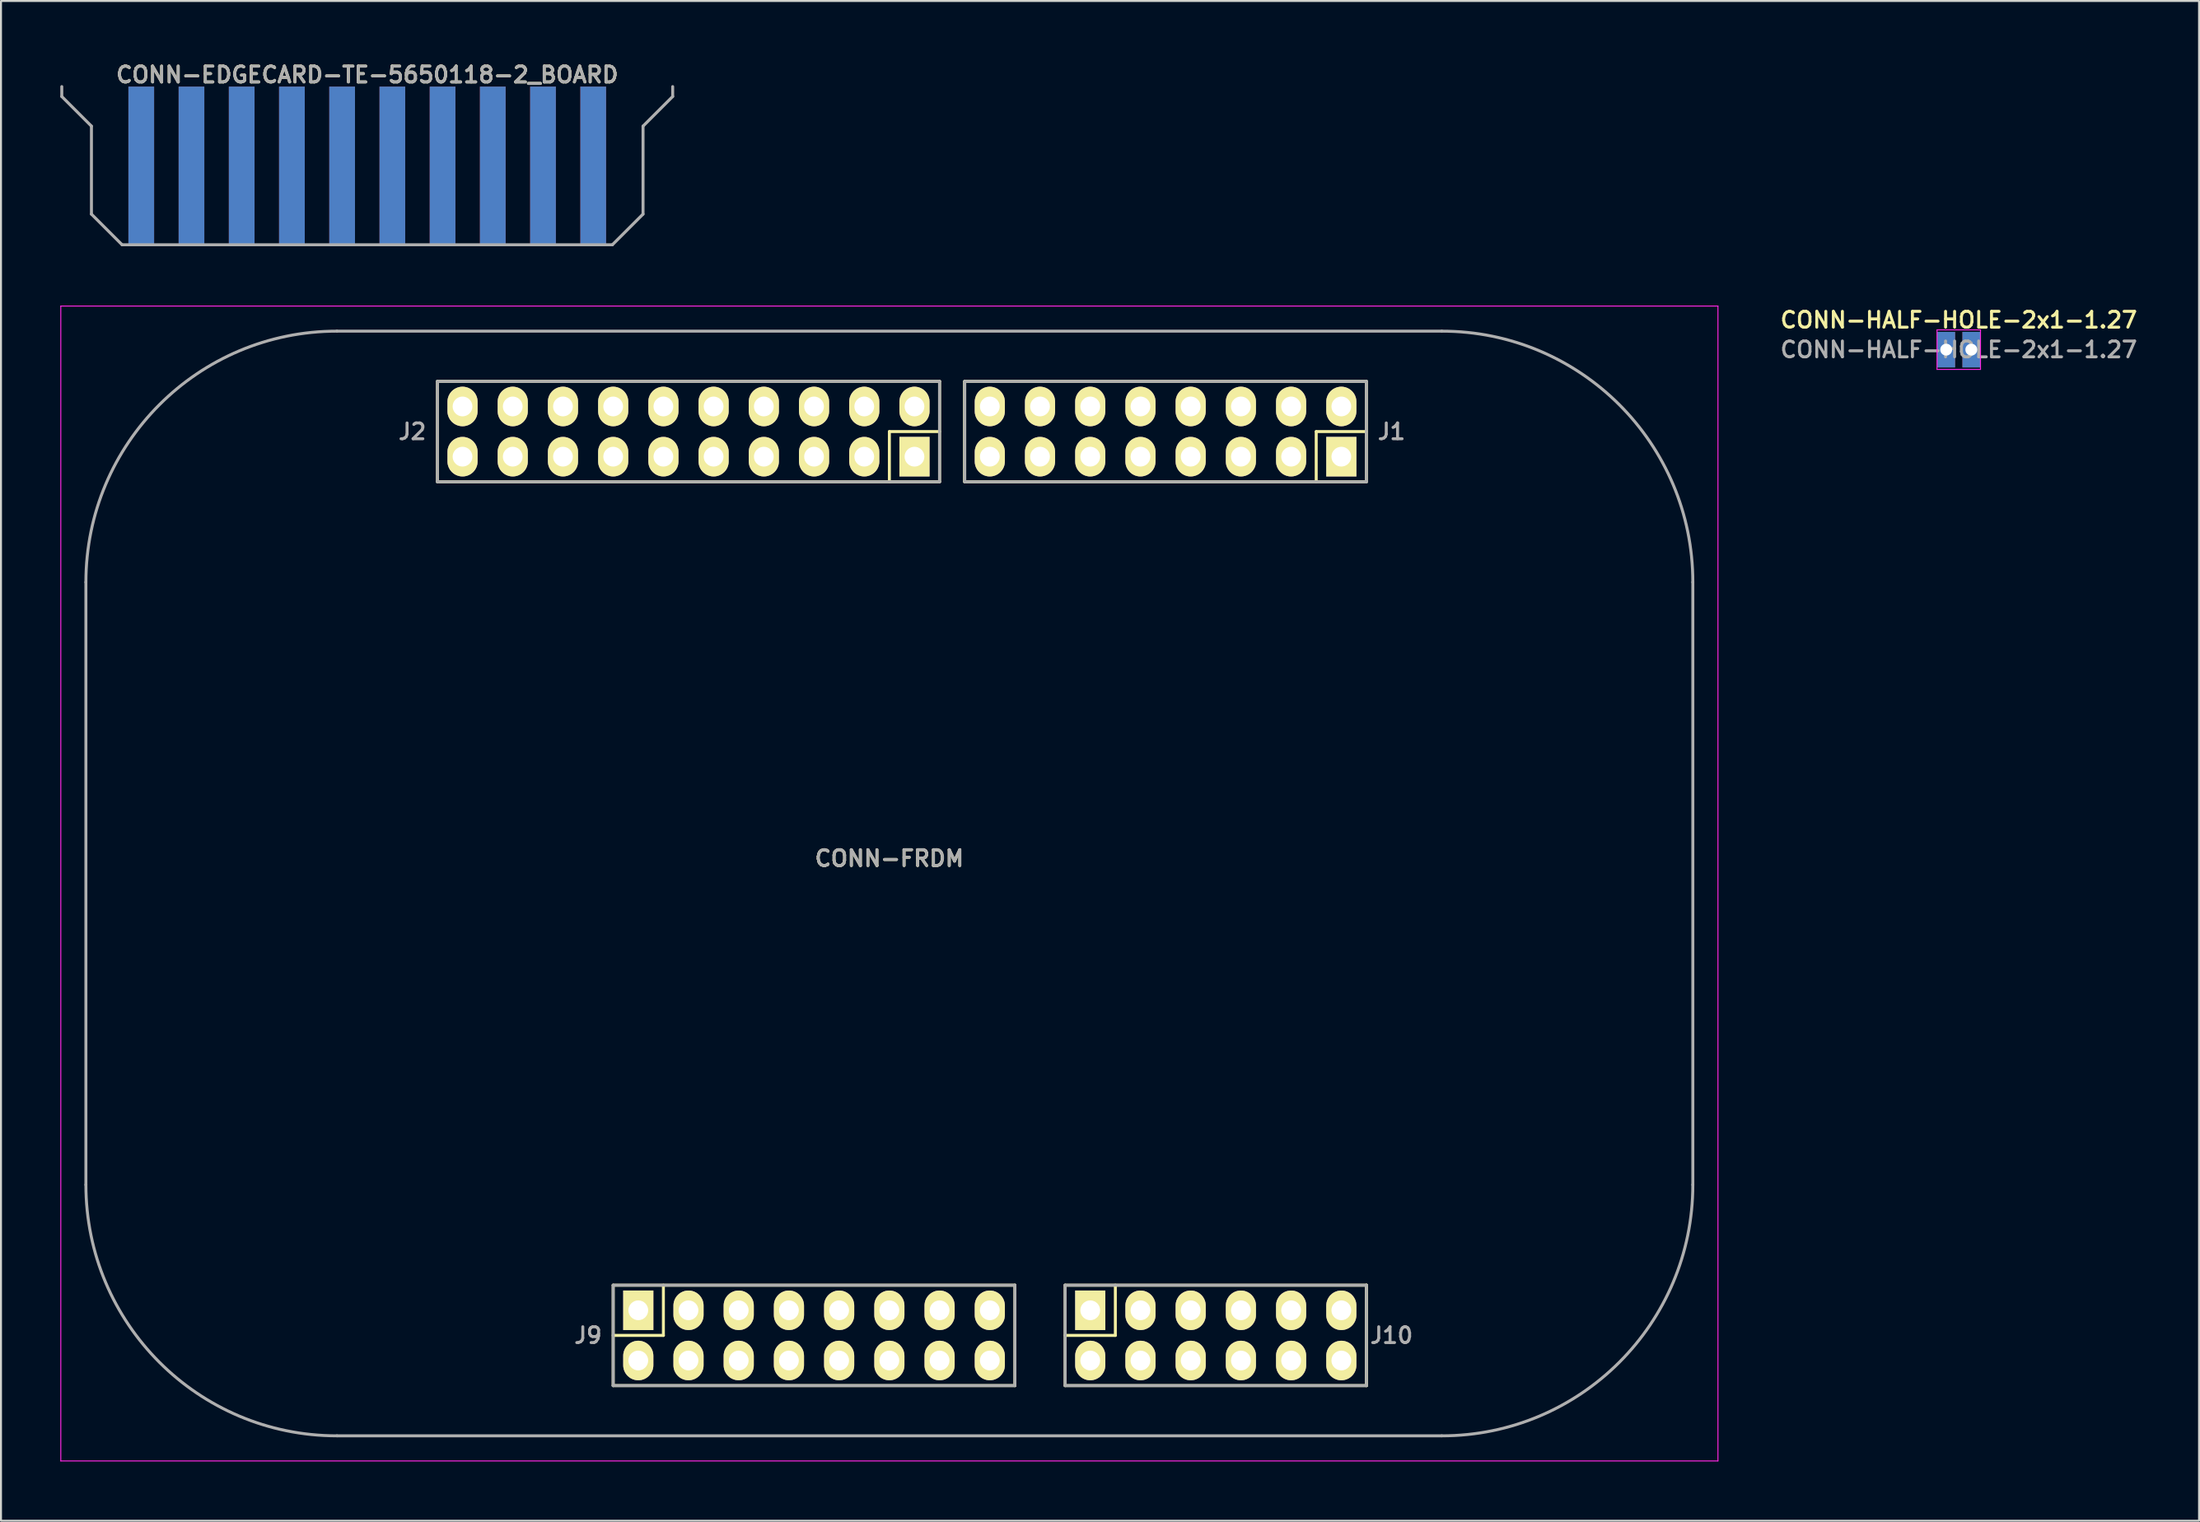
<source format=kicad_pcb>
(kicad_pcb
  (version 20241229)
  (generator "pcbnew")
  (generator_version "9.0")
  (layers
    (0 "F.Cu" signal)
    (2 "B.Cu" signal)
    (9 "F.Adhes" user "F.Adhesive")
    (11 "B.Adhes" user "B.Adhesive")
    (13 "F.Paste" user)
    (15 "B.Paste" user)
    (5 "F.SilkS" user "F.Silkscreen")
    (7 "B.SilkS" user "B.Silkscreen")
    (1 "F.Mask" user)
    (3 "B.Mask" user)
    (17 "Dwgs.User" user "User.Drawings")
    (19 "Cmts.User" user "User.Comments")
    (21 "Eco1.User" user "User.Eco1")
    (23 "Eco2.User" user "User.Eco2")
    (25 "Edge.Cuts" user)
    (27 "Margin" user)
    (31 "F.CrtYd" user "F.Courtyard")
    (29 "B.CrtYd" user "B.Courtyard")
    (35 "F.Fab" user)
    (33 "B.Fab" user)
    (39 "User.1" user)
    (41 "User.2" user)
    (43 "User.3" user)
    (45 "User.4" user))
  (footprint "CONN-FRDM"
    (layer "F.Cu")
    (at 41.935 41.641)
    (property "Reference" "CONN-FRDM" (at 0 -1.27 0) (layer "F.SilkS") (effects (font (size 0.8 0.8) (thickness 0.15))))
    (attr through_hole)
    (fp_line (start -22.86 -25.4) (end 2.54 -25.4) (stroke (width 0.15) (type solid)) (layer "F.SilkS"))
    (fp_line (start -22.86 -20.32) (end -22.86 -25.4) (stroke (width 0.15) (type solid)) (layer "F.SilkS"))
    (fp_line (start -13.97 20.32) (end -13.97 25.4) (stroke (width 0.15) (type solid)) (layer "F.SilkS"))
    (fp_line (start -13.97 22.86) (end -11.43 22.86) (stroke (width 0.15) (type solid)) (layer "F.SilkS"))
    (fp_line (start -13.97 25.4) (end 6.35 25.4) (stroke (width 0.15) (type solid)) (layer "F.SilkS"))
    (fp_line (start -11.43 22.86) (end -11.43 20.32) (stroke (width 0.15) (type solid)) (layer "F.SilkS"))
    (fp_line (start 0 -22.86) (end 2.54 -22.86) (stroke (width 0.15) (type solid)) (layer "F.SilkS"))
    (fp_line (start 0 -20.32) (end 0 -22.86) (stroke (width 0.15) (type solid)) (layer "F.SilkS"))
    (fp_line (start 2.54 -25.4) (end 2.54 -20.32) (stroke (width 0.15) (type solid)) (layer "F.SilkS"))
    (fp_line (start 2.54 -20.32) (end -22.86 -20.32) (stroke (width 0.15) (type solid)) (layer "F.SilkS"))
    (fp_line (start 3.81 -25.4) (end 3.81 -20.32) (stroke (width 0.15) (type solid)) (layer "F.SilkS"))
    (fp_line (start 3.81 -25.4) (end 3.81 -20.32) (stroke (width 0.15) (type solid)) (layer "F.SilkS"))
    (fp_line (start 3.81 -20.32) (end 24.13 -20.32) (stroke (width 0.15) (type solid)) (layer "F.SilkS"))
    (fp_line (start 6.35 20.32) (end -13.97 20.32) (stroke (width 0.15) (type solid)) (layer "F.SilkS"))
    (fp_line (start 6.35 25.4) (end 6.35 20.32) (stroke (width 0.15) (type solid)) (layer "F.SilkS"))
    (fp_line (start 8.89 20.32) (end 24.13 20.32) (stroke (width 0.15) (type solid)) (layer "F.SilkS"))
    (fp_line (start 8.89 22.86) (end 11.43 22.86) (stroke (width 0.15) (type solid)) (layer "F.SilkS"))
    (fp_line (start 8.89 25.4) (end 8.89 20.32) (stroke (width 0.15) (type solid)) (layer "F.SilkS"))
    (fp_line (start 11.43 22.86) (end 11.43 20.32) (stroke (width 0.15) (type solid)) (layer "F.SilkS"))
    (fp_line (start 21.59 -22.86) (end 24.13 -22.86) (stroke (width 0.15) (type solid)) (layer "F.SilkS"))
    (fp_line (start 21.59 -20.32) (end 21.59 -22.86) (stroke (width 0.15) (type solid)) (layer "F.SilkS"))
    (fp_line (start 24.13 -25.4) (end 3.81 -25.4) (stroke (width 0.15) (type solid)) (layer "F.SilkS"))
    (fp_line (start 24.13 -20.32) (end 24.13 -25.4) (stroke (width 0.15) (type solid)) (layer "F.SilkS"))
    (fp_line (start 24.13 20.32) (end 24.13 25.4) (stroke (width 0.15) (type solid)) (layer "F.SilkS"))
    (fp_line (start 24.13 20.32) (end 24.13 25.4) (stroke (width 0.15) (type solid)) (layer "F.SilkS"))
    (fp_line (start 24.13 25.4) (end 8.89 25.4) (stroke (width 0.15) (type solid)) (layer "F.SilkS"))
    (fp_line (start -41.91 -29.21) (end 41.91 -29.21) (stroke (width 0.05) (type solid)) (layer "F.CrtYd"))
    (fp_line (start -41.91 29.21) (end -41.91 -29.21) (stroke (width 0.05) (type solid)) (layer "F.CrtYd"))
    (fp_line (start 41.91 -29.21) (end 41.91 29.21) (stroke (width 0.05) (type solid)) (layer "F.CrtYd"))
    (fp_line (start 41.91 29.21) (end -41.91 29.21) (stroke (width 0.05) (type solid)) (layer "F.CrtYd"))
    (fp_line (start -40.64 -15.24) (end -40.64 15.24) (stroke (width 0.15) (type solid)) (layer "F.Fab"))
    (fp_line (start -27.94 27.94) (end 27.94 27.94) (stroke (width 0.15) (type solid)) (layer "F.Fab"))
    (fp_line (start -22.86 -25.4) (end -22.86 -20.32) (stroke (width 0.15) (type solid)) (layer "F.Fab"))
    (fp_line (start -22.86 -20.32) (end 2.54 -20.32) (stroke (width 0.15) (type solid)) (layer "F.Fab"))
    (fp_line (start -13.97 20.32) (end -13.97 25.4) (stroke (width 0.15) (type solid)) (layer "F.Fab"))
    (fp_line (start -13.97 25.4) (end 6.35 25.4) (stroke (width 0.15) (type solid)) (layer "F.Fab"))
    (fp_line (start 2.54 -25.4) (end -22.86 -25.4) (stroke (width 0.15) (type solid)) (layer "F.Fab"))
    (fp_line (start 2.54 -20.32) (end 2.54 -25.4) (stroke (width 0.15) (type solid)) (layer "F.Fab"))
    (fp_line (start 3.81 -25.4) (end 3.81 -20.32) (stroke (width 0.15) (type solid)) (layer "F.Fab"))
    (fp_line (start 3.81 -20.32) (end 24.13 -20.32) (stroke (width 0.15) (type solid)) (layer "F.Fab"))
    (fp_line (start 6.35 20.32) (end -13.97 20.32) (stroke (width 0.15) (type solid)) (layer "F.Fab"))
    (fp_line (start 6.35 25.4) (end 6.35 20.32) (stroke (width 0.15) (type solid)) (layer "F.Fab"))
    (fp_line (start 8.89 20.32) (end 8.89 25.4) (stroke (width 0.15) (type solid)) (layer "F.Fab"))
    (fp_line (start 8.89 25.4) (end 24.13 25.4) (stroke (width 0.15) (type solid)) (layer "F.Fab"))
    (fp_line (start 24.13 -25.4) (end 3.81 -25.4) (stroke (width 0.15) (type solid)) (layer "F.Fab"))
    (fp_line (start 24.13 -20.32) (end 24.13 -25.4) (stroke (width 0.15) (type solid)) (layer "F.Fab"))
    (fp_line (start 24.13 20.32) (end 8.89 20.32) (stroke (width 0.15) (type solid)) (layer "F.Fab"))
    (fp_line (start 24.13 25.4) (end 24.13 20.32) (stroke (width 0.15) (type solid)) (layer "F.Fab"))
    (fp_line (start 27.94 -27.94) (end -27.94 -27.94) (stroke (width 0.15) (type solid)) (layer "F.Fab"))
    (fp_line (start 40.64 15.24) (end 40.64 -15.24) (stroke (width 0.15) (type solid)) (layer "F.Fab"))
    (fp_arc (start -40.64 -15.24) (mid -36.920256 -24.220256) (end -27.94 -27.94) (stroke (width 0.15) (type solid)) (layer "F.Fab"))
    (fp_arc (start -27.94 27.94) (mid -36.920256 24.220256) (end -40.64 15.24) (stroke (width 0.15) (type solid)) (layer "F.Fab"))
    (fp_arc (start 27.94 -27.94) (mid 36.920256 -24.220256) (end 40.64 -15.24) (stroke (width 0.15) (type solid)) (layer "F.Fab"))
    (fp_arc (start 40.64 15.24) (mid 36.920256 24.220256) (end 27.94 27.94) (stroke (width 0.15) (type solid)) (layer "F.Fab"))
    (fp_text user "J10" (at 25.4 22.86 0) (layer "F.Fab") (effects (font (size 0.8 0.8) (thickness 0.15))))
    (fp_text user "J9" (at -15.24 22.86 0) (layer "F.Fab") (effects (font (size 0.8 0.8) (thickness 0.15))))
    (fp_text user "J1" (at 25.4 -22.86 0) (layer "F.Fab") (effects (font (size 0.8 0.8) (thickness 0.15))))
    (fp_text user "${REFERENCE}" (at 0 -1.27 0) (layer "F.Fab") (effects (font (size 0.8 0.8) (thickness 0.15))))
    (fp_text user "J2" (at -24.13 -22.86 0) (layer "F.Fab") (effects (font (size 0.8 0.8) (thickness 0.15))))
    (pad "1" thru_hole rect (at -12.7 21.59) (size 1.524 2) (drill 1) (layers "*.Cu" "*.Mask" "F.SilkS"))
    (pad "2" thru_hole oval (at -12.7 24.13) (size 1.524 2) (drill 1) (layers "*.Cu" "*.Mask" "F.SilkS"))
    (pad "3" thru_hole oval (at -10.16 21.59) (size 1.524 2) (drill 1) (layers "*.Cu" "*.Mask" "F.SilkS"))
    (pad "4" thru_hole oval (at -10.16 24.13) (size 1.524 2) (drill 1) (layers "*.Cu" "*.Mask" "F.SilkS"))
    (pad "5" thru_hole oval (at -7.62 21.59) (size 1.524 2) (drill 1) (layers "*.Cu" "*.Mask" "F.SilkS"))
    (pad "6" thru_hole oval (at -7.62 24.13) (size 1.524 2) (drill 1) (layers "*.Cu" "*.Mask" "F.SilkS"))
    (pad "7" thru_hole oval (at -5.08 21.59) (size 1.524 2) (drill 1) (layers "*.Cu" "*.Mask" "F.SilkS"))
    (pad "8" thru_hole oval (at -5.08 24.13) (size 1.524 2) (drill 1) (layers "*.Cu" "*.Mask" "F.SilkS"))
    (pad "9" thru_hole oval (at -2.54 21.59) (size 1.524 2) (drill 1) (layers "*.Cu" "*.Mask" "F.SilkS"))
    (pad "10" thru_hole oval (at -2.54 24.13) (size 1.524 2) (drill 1) (layers "*.Cu" "*.Mask" "F.SilkS"))
    (pad "11" thru_hole oval (at 0 21.59) (size 1.524 2) (drill 1) (layers "*.Cu" "*.Mask" "F.SilkS"))
    (pad "12" thru_hole oval (at 0 24.13) (size 1.524 2) (drill 1) (layers "*.Cu" "*.Mask" "F.SilkS"))
    (pad "13" thru_hole oval (at 2.54 21.59) (size 1.524 2) (drill 1) (layers "*.Cu" "*.Mask" "F.SilkS"))
    (pad "14" thru_hole oval (at 2.54 24.13) (size 1.524 2) (drill 1) (layers "*.Cu" "*.Mask" "F.SilkS"))
    (pad "15" thru_hole oval (at 5.08 21.59) (size 1.524 2) (drill 1) (layers "*.Cu" "*.Mask" "F.SilkS"))
    (pad "16" thru_hole oval (at 5.08 24.13) (size 1.524 2) (drill 1) (layers "*.Cu" "*.Mask" "F.SilkS"))
    (pad "17" thru_hole rect (at 10.16 21.59) (size 1.524 2) (drill 1) (layers "*.Cu" "*.Mask" "F.SilkS"))
    (pad "18" thru_hole oval (at 10.16 24.13) (size 1.524 2) (drill 1) (layers "*.Cu" "*.Mask" "F.SilkS"))
    (pad "19" thru_hole oval (at 12.7 21.59) (size 1.524 2) (drill 1) (layers "*.Cu" "*.Mask" "F.SilkS"))
    (pad "20" thru_hole oval (at 12.7 24.13) (size 1.524 2) (drill 1) (layers "*.Cu" "*.Mask" "F.SilkS"))
    (pad "21" thru_hole oval (at 15.24 21.59) (size 1.524 2) (drill 1) (layers "*.Cu" "*.Mask" "F.SilkS"))
    (pad "22" thru_hole oval (at 15.24 24.13) (size 1.524 2) (drill 1) (layers "*.Cu" "*.Mask" "F.SilkS"))
    (pad "23" thru_hole oval (at 17.78 21.59) (size 1.524 2) (drill 1) (layers "*.Cu" "*.Mask" "F.SilkS"))
    (pad "24" thru_hole oval (at 17.78 24.13) (size 1.524 2) (drill 1) (layers "*.Cu" "*.Mask" "F.SilkS"))
    (pad "25" thru_hole oval (at 20.32 21.59) (size 1.524 2) (drill 1) (layers "*.Cu" "*.Mask" "F.SilkS"))
    (pad "26" thru_hole oval (at 20.32 24.13) (size 1.524 2) (drill 1) (layers "*.Cu" "*.Mask" "F.SilkS"))
    (pad "27" thru_hole oval (at 22.86 21.59) (size 1.524 2) (drill 1) (layers "*.Cu" "*.Mask" "F.SilkS"))
    (pad "28" thru_hole oval (at 22.86 24.13) (size 1.524 2) (drill 1) (layers "*.Cu" "*.Mask" "F.SilkS"))
    (pad "29" thru_hole rect (at 22.86 -21.59) (size 1.524 2) (drill 1) (layers "*.Cu" "*.Mask" "F.SilkS"))
    (pad "30" thru_hole oval (at 22.86 -24.13) (size 1.524 2) (drill 1) (layers "*.Cu" "*.Mask" "F.SilkS"))
    (pad "31" thru_hole oval (at 20.32 -21.59) (size 1.524 2) (drill 1) (layers "*.Cu" "*.Mask" "F.SilkS"))
    (pad "32" thru_hole oval (at 20.32 -24.13) (size 1.524 2) (drill 1) (layers "*.Cu" "*.Mask" "F.SilkS"))
    (pad "33" thru_hole oval (at 17.78 -21.59) (size 1.524 2) (drill 1) (layers "*.Cu" "*.Mask" "F.SilkS"))
    (pad "34" thru_hole oval (at 17.78 -24.13) (size 1.524 2) (drill 1) (layers "*.Cu" "*.Mask" "F.SilkS"))
    (pad "35" thru_hole oval (at 15.24 -21.59) (size 1.524 2) (drill 1) (layers "*.Cu" "*.Mask" "F.SilkS"))
    (pad "36" thru_hole oval (at 15.24 -24.13) (size 1.524 2) (drill 1) (layers "*.Cu" "*.Mask" "F.SilkS"))
    (pad "37" thru_hole oval (at 12.7 -21.59) (size 1.524 2) (drill 1) (layers "*.Cu" "*.Mask" "F.SilkS"))
    (pad "38" thru_hole oval (at 12.7 -24.13) (size 1.524 2) (drill 1) (layers "*.Cu" "*.Mask" "F.SilkS"))
    (pad "39" thru_hole oval (at 10.16 -21.59) (size 1.524 2) (drill 1) (layers "*.Cu" "*.Mask" "F.SilkS"))
    (pad "40" thru_hole oval (at 10.16 -24.13) (size 1.524 2) (drill 1) (layers "*.Cu" "*.Mask" "F.SilkS"))
    (pad "41" thru_hole oval (at 7.62 -21.59) (size 1.524 2) (drill 1) (layers "*.Cu" "*.Mask" "F.SilkS"))
    (pad "42" thru_hole oval (at 7.62 -24.13) (size 1.524 2) (drill 1) (layers "*.Cu" "*.Mask" "F.SilkS"))
    (pad "43" thru_hole oval (at 5.08 -21.59) (size 1.524 2) (drill 1) (layers "*.Cu" "*.Mask" "F.SilkS"))
    (pad "44" thru_hole oval (at 5.08 -24.13) (size 1.524 2) (drill 1) (layers "*.Cu" "*.Mask" "F.SilkS"))
    (pad "45" thru_hole rect (at 1.27 -21.59) (size 1.524 2) (drill 1) (layers "*.Cu" "*.Mask" "F.SilkS"))
    (pad "46" thru_hole oval (at 1.27 -24.13) (size 1.524 2) (drill 1) (layers "*.Cu" "*.Mask" "F.SilkS"))
    (pad "47" thru_hole oval (at -1.27 -21.59) (size 1.524 2) (drill 1) (layers "*.Cu" "*.Mask" "F.SilkS"))
    (pad "48" thru_hole oval (at -1.27 -24.13) (size 1.524 2) (drill 1) (layers "*.Cu" "*.Mask" "F.SilkS"))
    (pad "49" thru_hole oval (at -3.81 -21.59) (size 1.524 2) (drill 1) (layers "*.Cu" "*.Mask" "F.SilkS"))
    (pad "50" thru_hole oval (at -3.81 -24.13) (size 1.524 2) (drill 1) (layers "*.Cu" "*.Mask" "F.SilkS"))
    (pad "51" thru_hole oval (at -6.35 -21.59) (size 1.524 2) (drill 1) (layers "*.Cu" "*.Mask" "F.SilkS"))
    (pad "52" thru_hole oval (at -6.35 -24.13) (size 1.524 2) (drill 1) (layers "*.Cu" "*.Mask" "F.SilkS"))
    (pad "53" thru_hole oval (at -8.89 -21.59) (size 1.524 2) (drill 1) (layers "*.Cu" "*.Mask" "F.SilkS"))
    (pad "54" thru_hole oval (at -8.89 -24.13) (size 1.524 2) (drill 1) (layers "*.Cu" "*.Mask" "F.SilkS"))
    (pad "55" thru_hole oval (at -11.43 -21.59) (size 1.524 2) (drill 1) (layers "*.Cu" "*.Mask" "F.SilkS"))
    (pad "56" thru_hole oval (at -11.43 -24.13) (size 1.524 2) (drill 1) (layers "*.Cu" "*.Mask" "F.SilkS"))
    (pad "57" thru_hole oval (at -13.97 -21.59) (size 1.524 2) (drill 1) (layers "*.Cu" "*.Mask" "F.SilkS"))
    (pad "58" thru_hole oval (at -13.97 -24.13) (size 1.524 2) (drill 1) (layers "*.Cu" "*.Mask" "F.SilkS"))
    (pad "59" thru_hole oval (at -16.51 -21.59) (size 1.524 2) (drill 1) (layers "*.Cu" "*.Mask" "F.SilkS"))
    (pad "60" thru_hole oval (at -16.51 -24.13) (size 1.524 2) (drill 1) (layers "*.Cu" "*.Mask" "F.SilkS"))
    (pad "61" thru_hole oval (at -19.05 -21.59) (size 1.524 2) (drill 1) (layers "*.Cu" "*.Mask" "F.SilkS"))
    (pad "62" thru_hole oval (at -19.05 -24.13) (size 1.524 2) (drill 1) (layers "*.Cu" "*.Mask" "F.SilkS"))
    (pad "63" thru_hole oval (at -21.59 -21.59) (size 1.524 2) (drill 1) (layers "*.Cu" "*.Mask" "F.SilkS"))
    (pad "64" thru_hole oval (at -21.59 -24.13) (size 1.524 2) (drill 1) (layers "*.Cu" "*.Mask" "F.SilkS")))
  (footprint "CONN-HALF-HOLE-2x1-1.27"
    (layer "F.Cu")
    (at 96.025 14.637)
    (property "Reference" "CONN-HALF-HOLE-2x1-1.27" (at 0 -1.5 0) (layer "F.SilkS") (effects (font (size 0.8 0.8) (thickness 0.15))))
    (attr through_hole)
    (fp_line (start -1.1 -1) (end 1.1 -1) (stroke (width 0.05) (type solid)) (layer "F.CrtYd"))
    (fp_line (start -1.1 1) (end -1.1 -1) (stroke (width 0.05) (type solid)) (layer "F.CrtYd"))
    (fp_line (start 1.1 -1) (end 1.1 1) (stroke (width 0.05) (type solid)) (layer "F.CrtYd"))
    (fp_line (start 1.1 1) (end -1.1 1) (stroke (width 0.05) (type solid)) (layer "F.CrtYd"))
    (fp_text user "${REFERENCE}" (at 0 0 0) (layer "F.Fab") (effects (font (size 0.8 0.8) (thickness 0.15))))
    (pad "1" thru_hole rect (at -0.635 0) (size 0.9 1.8) (drill 0.6) (layers "*.Cu" "*.Mask"))
    (pad "2" thru_hole rect (at 0.635 0) (size 0.9 1.8) (drill 0.6) (layers "*.Cu" "*.Mask")))
  (footprint "CONN-EDGECARD-TE-5650118-2_BOARD"
    (layer "F.Cu")
    (at 15.525 5.331)
    (property "Reference" "CONN-EDGECARD-TE-5650118-2_BOARD" (at 0 -4.6 0) (layer "F.SilkS") (effects (font (size 0.8 0.8) (thickness 0.15))))
    (attr through_hole)
    (fp_line (start -15.45 -3.5) (end -15.45 -4) (stroke (width 0.15) (type solid)) (layer "F.Fab"))
    (fp_line (start -13.95 -2) (end -15.45 -3.5) (stroke (width 0.15) (type solid)) (layer "F.Fab"))
    (fp_line (start -13.95 2.45) (end -13.95 -2) (stroke (width 0.15) (type solid)) (layer "F.Fab"))
    (fp_line (start -12.4 4) (end -13.95 2.45) (stroke (width 0.15) (type solid)) (layer "F.Fab"))
    (fp_line (start 12.4 4) (end -12.4 4) (stroke (width 0.15) (type solid)) (layer "F.Fab"))
    (fp_line (start 12.4 4) (end 13.95 2.45) (stroke (width 0.15) (type solid)) (layer "F.Fab"))
    (fp_line (start 13.95 -2) (end 15.45 -3.5) (stroke (width 0.15) (type solid)) (layer "F.Fab"))
    (fp_line (start 13.95 2.45) (end 13.95 -2) (stroke (width 0.15) (type solid)) (layer "F.Fab"))
    (fp_line (start 15.45 -3.5) (end 15.45 -4) (stroke (width 0.15) (type solid)) (layer "F.Fab"))
    (fp_text user "${REFERENCE}" (at 0 -4.6 0) (layer "F.Fab") (effects (font (size 0.8 0.8) (thickness 0.15))))
    (pad "1" smd rect (at -11.43 0) (size 1.3 8) (layers "F.Cu" "F.Mask"))
    (pad "2" smd rect (at -11.43 0) (size 1.3 8) (layers "B.Cu" "B.Mask"))
    (pad "3" smd rect (at -8.89 0) (size 1.3 8) (layers "F.Cu" "F.Mask"))
    (pad "4" smd rect (at -8.89 0) (size 1.3 8) (layers "B.Cu" "B.Mask"))
    (pad "5" smd rect (at -6.35 0) (size 1.3 8) (layers "F.Cu" "F.Mask"))
    (pad "6" smd rect (at -6.35 0) (size 1.3 8) (layers "B.Cu" "B.Mask"))
    (pad "7" smd rect (at -3.81 0) (size 1.3 8) (layers "F.Cu" "F.Mask"))
    (pad "8" smd rect (at -3.81 0) (size 1.3 8) (layers "B.Cu" "B.Mask"))
    (pad "9" smd rect (at -1.27 0) (size 1.3 8) (layers "F.Cu" "F.Mask"))
    (pad "10" smd rect (at -1.27 0) (size 1.3 8) (layers "B.Cu" "B.Mask"))
    (pad "11" smd rect (at 1.27 0) (size 1.3 8) (layers "F.Cu" "F.Mask"))
    (pad "12" smd rect (at 1.27 0) (size 1.3 8) (layers "B.Cu" "B.Mask"))
    (pad "13" smd rect (at 3.81 0) (size 1.3 8) (layers "F.Cu" "F.Mask"))
    (pad "14" smd rect (at 3.81 0) (size 1.3 8) (layers "B.Cu" "B.Mask"))
    (pad "15" smd rect (at 6.35 0) (size 1.3 8) (layers "F.Cu" "F.Mask"))
    (pad "16" smd rect (at 6.35 0) (size 1.3 8) (layers "B.Cu" "B.Mask"))
    (pad "17" smd rect (at 8.89 0) (size 1.3 8) (layers "F.Cu" "F.Mask"))
    (pad "18" smd rect (at 8.89 0) (size 1.3 8) (layers "B.Cu" "B.Mask"))
    (pad "19" smd rect (at 11.43 0) (size 1.3 8) (layers "F.Cu" "F.Mask"))
    (pad "20" smd rect (at 11.43 0) (size 1.3 8) (layers "B.Cu" "B.Mask")))
  (gr_rect
    (start -3 -3)
    (end 108.179 73.876)
    (stroke (width 0.1) (type default))
    (fill no)
    (layer "Edge.Cuts")))
</source>
